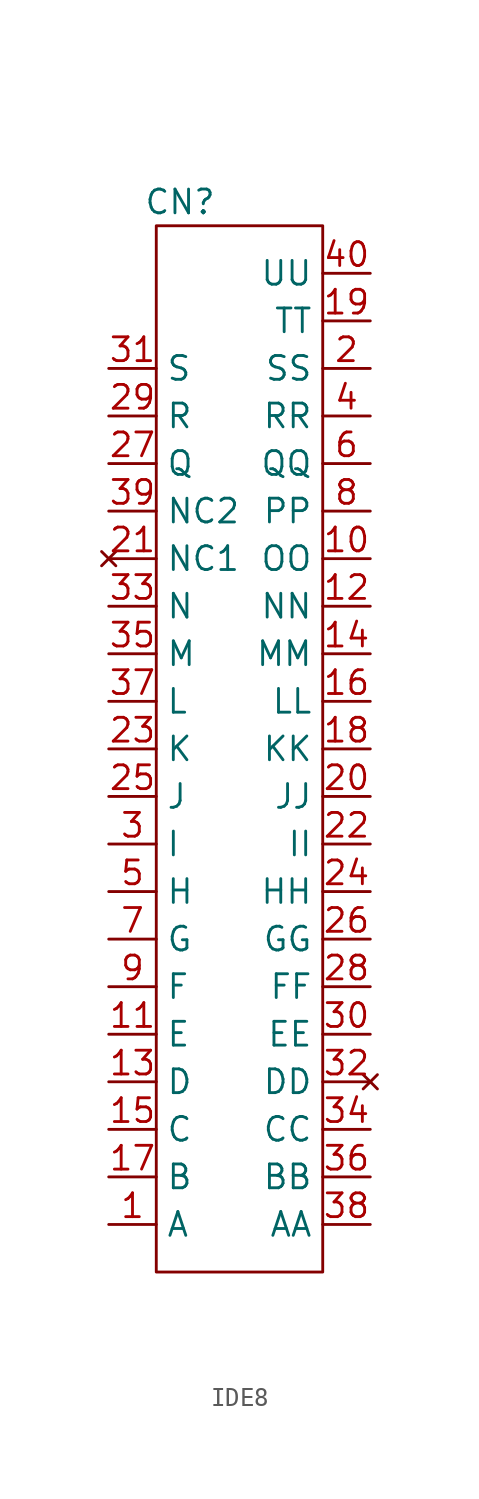
<source format=kicad_sym>
(kicad_symbol_lib
  (version 20220914)
  (generator kicad_symbol_editor)
  (symbol "IDE8"
    (property "Reference" "CN"
      (at -2.54 29.21 0)
      (effects (font (size 1.27 1.27))))
    (property "Value" ""
      (at 7.62 25.4 0)
      (effects (font (size 1.27 1.27))))
    (symbol "IDE8_0_0"
      (pin passive line (at -6.35 -25.4 0) (length 2.54) (name "A" (effects (font (size 1.27 1.27)))) (number "1" (effects (font (size 1.27 1.27)))))
      (pin power_in line (at 7.62 10.16 180) (length 2.54) (name "OO" (effects (font (size 1.27 1.27)))) (number "10" (effects (font (size 1.27 1.27)))))
      (pin bidirectional line (at -6.35 -15.24 0) (length 2.54) (name "E" (effects (font (size 1.27 1.27)))) (number "11" (effects (font (size 1.27 1.27)))))
      (pin power_in line (at 7.62 7.62 180) (length 2.54) (name "NN" (effects (font (size 1.27 1.27)))) (number "12" (effects (font (size 1.27 1.27)))))
      (pin bidirectional line (at -6.35 -17.78 0) (length 2.54) (name "D" (effects (font (size 1.27 1.27)))) (number "13" (effects (font (size 1.27 1.27)))))
      (pin power_in line (at 7.62 5.08 180) (length 2.54) (name "MM" (effects (font (size 1.27 1.27)))) (number "14" (effects (font (size 1.27 1.27)))))
      (pin bidirectional line (at -6.35 -22.86 0) (length 2.54) (name "B" (effects (font (size 1.27 1.27)))) (number "17" (effects (font (size 1.27 1.27)))))
      (pin power_in line (at 7.62 0 180) (length 2.54) (name "KK" (effects (font (size 1.27 1.27)))) (number "18" (effects (font (size 1.27 1.27)))))
      (pin power_in line (at 7.62 22.86 180) (length 2.54) (name "TT" (effects (font (size 1.27 1.27)))) (number "19" (effects (font (size 1.27 1.27)))))
      (pin power_in line (at 7.62 20.32 180) (length 2.54) (name "SS" (effects (font (size 1.27 1.27)))) (number "2" (effects (font (size 1.27 1.27)))))
      (pin power_in line (at 7.62 -2.54 180) (length 2.54) (name "JJ" (effects (font (size 1.27 1.27)))) (number "20" (effects (font (size 1.27 1.27)))))
      (pin no_connect line (at -6.35 10.16 0) (length 2.54) (name "NC1" (effects (font (size 1.27 1.27)))) (number "21" (effects (font (size 1.27 1.27)))))
      (pin power_in line (at 7.62 -5.08 180) (length 2.54) (name "II" (effects (font (size 1.27 1.27)))) (number "22" (effects (font (size 1.27 1.27)))))
      (pin passive line (at -6.35 0 0) (length 2.54) (name "K" (effects (font (size 1.27 1.27)))) (number "23" (effects (font (size 1.27 1.27)))))
      (pin power_in line (at 7.62 -7.62 180) (length 2.54) (name "HH" (effects (font (size 1.27 1.27)))) (number "24" (effects (font (size 1.27 1.27)))))
      (pin passive line (at -6.35 -2.54 0) (length 2.54) (name "J" (effects (font (size 1.27 1.27)))) (number "25" (effects (font (size 1.27 1.27)))))
      (pin power_in line (at 7.62 -10.16 180) (length 2.54) (name "GG" (effects (font (size 1.27 1.27)))) (number "26" (effects (font (size 1.27 1.27)))))
      (pin passive line (at -6.35 15.24 0) (length 2.54) (name "Q" (effects (font (size 1.27 1.27)))) (number "27" (effects (font (size 1.27 1.27)))))
      (pin power_in line (at 7.62 -12.7 180) (length 2.54) (name "FF" (effects (font (size 1.27 1.27)))) (number "28" (effects (font (size 1.27 1.27)))))
      (pin passive line (at -6.35 17.78 0) (length 2.54) (name "R" (effects (font (size 1.27 1.27)))) (number "29" (effects (font (size 1.27 1.27)))))
      (pin bidirectional line (at -6.35 -5.08 0) (length 2.54) (name "I" (effects (font (size 1.27 1.27)))) (number "3" (effects (font (size 1.27 1.27)))))
      (pin power_in line (at 7.62 -15.24 180) (length 2.54) (name "EE" (effects (font (size 1.27 1.27)))) (number "30" (effects (font (size 1.27 1.27)))))
      (pin passive line (at -6.35 20.32 0) (length 2.54) (name "S" (effects (font (size 1.27 1.27)))) (number "31" (effects (font (size 1.27 1.27)))))
      (pin no_connect line (at 7.62 -17.78 180) (length 2.54) (name "DD" (effects (font (size 1.27 1.27)))) (number "32" (effects (font (size 1.27 1.27)))))
      (pin passive line (at -6.35 7.62 0) (length 2.54) (name "N" (effects (font (size 1.27 1.27)))) (number "33" (effects (font (size 1.27 1.27)))))
      (pin power_in line (at 7.62 -20.32 180) (length 2.54) (name "CC" (effects (font (size 1.27 1.27)))) (number "34" (effects (font (size 1.27 1.27)))))
      (pin passive line (at -6.35 5.08 0) (length 2.54) (name "M" (effects (font (size 1.27 1.27)))) (number "35" (effects (font (size 1.27 1.27)))))
      (pin power_in line (at 7.62 -22.86 180) (length 2.54) (name "BB" (effects (font (size 1.27 1.27)))) (number "36" (effects (font (size 1.27 1.27)))))
      (pin passive line (at -6.35 2.54 0) (length 2.54) (name "L" (effects (font (size 1.27 1.27)))) (number "37" (effects (font (size 1.27 1.27)))))
      (pin power_in line (at 7.62 -25.4 180) (length 2.54) (name "AA" (effects (font (size 1.27 1.27)))) (number "38" (effects (font (size 1.27 1.27)))))
      (pin passive line (at -6.35 12.7 0) (length 2.54) (name "NC2" (effects (font (size 1.27 1.27)))) (number "39" (effects (font (size 1.27 1.27)))))
      (pin power_in line (at 7.62 17.78 180) (length 2.54) (name "RR" (effects (font (size 1.27 1.27)))) (number "4" (effects (font (size 1.27 1.27)))))
      (pin bidirectional line (at -6.35 -7.62 0) (length 2.54) (name "H" (effects (font (size 1.27 1.27)))) (number "5" (effects (font (size 1.27 1.27)))))
      (pin power_in line (at 7.62 15.24 180) (length 2.54) (name "QQ" (effects (font (size 1.27 1.27)))) (number "6" (effects (font (size 1.27 1.27)))))
      (pin bidirectional line (at -6.35 -10.16 0) (length 2.54) (name "G" (effects (font (size 1.27 1.27)))) (number "7" (effects (font (size 1.27 1.27)))))
      (pin power_in line (at 7.62 12.7 180) (length 2.54) (name "PP" (effects (font (size 1.27 1.27)))) (number "8" (effects (font (size 1.27 1.27)))))
      (pin bidirectional line (at -6.35 -12.7 0) (length 2.54) (name "F" (effects (font (size 1.27 1.27)))) (number "9" (effects (font (size 1.27 1.27))))))
    (symbol "IDE8_0_1"
      (rectangle (start -3.81 27.94) (end 5.08 -27.94) (stroke (width 0) (type default)) (fill (type none))))
    (symbol "IDE8_1_0"
      (pin passive line (at -6.35 -20.32 0) (length 2.54) (name "C" (effects (font (size 1.27 1.27)))) (number "15" (effects (font (size 1.27 1.27)))))
      (pin passive line (at 7.62 2.54 180) (length 2.54) (name "LL" (effects (font (size 1.27 1.27)))) (number "16" (effects (font (size 1.27 1.27)))))
      (pin passive line (at 7.62 25.4 180) (length 2.54) (name "UU" (effects (font (size 1.27 1.27)))) (number "40" (effects (font (size 1.27 1.27))))))))
</source>
